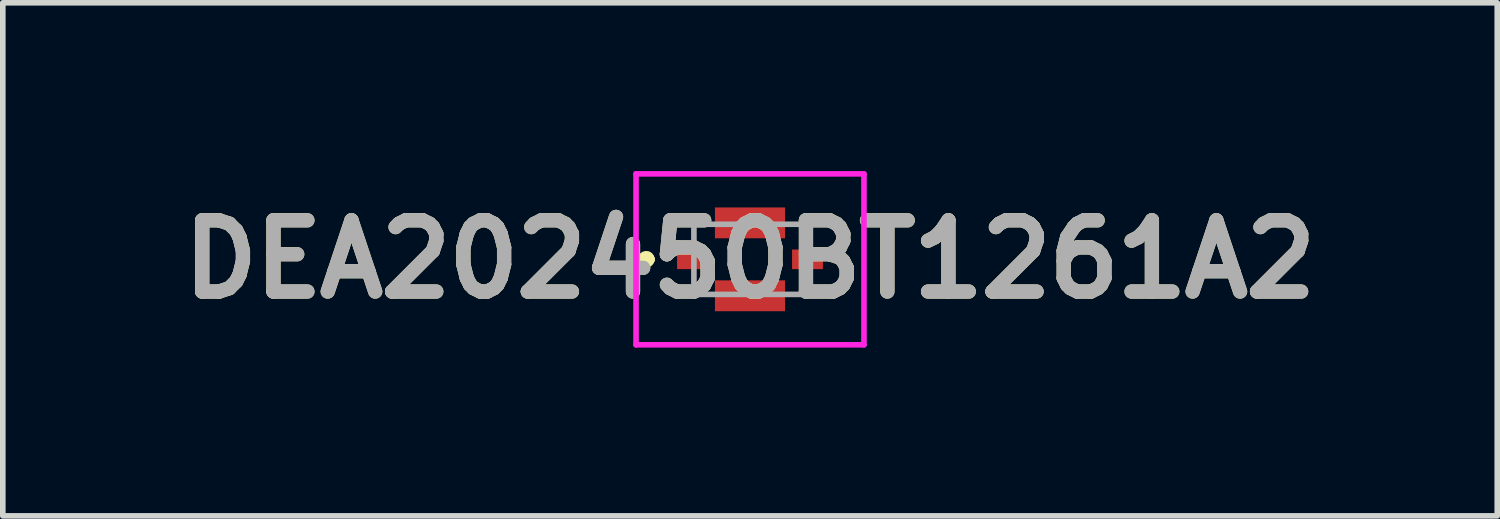
<source format=kicad_pcb>
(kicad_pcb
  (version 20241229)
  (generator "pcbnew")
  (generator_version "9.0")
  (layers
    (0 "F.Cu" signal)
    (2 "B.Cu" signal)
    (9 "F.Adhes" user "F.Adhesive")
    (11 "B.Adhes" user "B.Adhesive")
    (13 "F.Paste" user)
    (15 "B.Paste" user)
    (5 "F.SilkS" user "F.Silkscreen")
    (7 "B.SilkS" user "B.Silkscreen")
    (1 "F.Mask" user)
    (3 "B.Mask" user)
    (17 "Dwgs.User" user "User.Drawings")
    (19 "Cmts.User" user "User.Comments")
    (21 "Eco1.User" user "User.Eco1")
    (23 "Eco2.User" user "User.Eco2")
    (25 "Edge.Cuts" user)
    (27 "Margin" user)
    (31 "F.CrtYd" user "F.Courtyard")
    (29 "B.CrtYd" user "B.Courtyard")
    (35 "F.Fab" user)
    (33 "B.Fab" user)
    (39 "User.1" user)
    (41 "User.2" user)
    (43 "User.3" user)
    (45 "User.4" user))
  (footprint "DEA202450BT1261A2"
    (layer "F.Cu")
    (at 10.323 1.574)
    (property "Reference" "DEA202450BT1261A2" (at 0 0 0) (layer "F.SilkS") (effects (font (size 1.27 1.27) (thickness 0.254))))
    (attr smd)
    (fp_line (start -1.9 0) (end -1.9 0) (stroke (width 0.2) (type solid)) (layer "F.SilkS"))
    (fp_line (start -1.9 0) (end -1.8 0) (stroke (width 0.2) (type solid)) (layer "F.SilkS"))
    (fp_line (start -1.8 0) (end -1.8 0) (stroke (width 0.2) (type solid)) (layer "F.SilkS"))
    (fp_arc (start -1.9 0) (mid -1.85 -0.05) (end -1.8 0) (stroke (width 0.2) (type solid)) (layer "F.SilkS"))
    (fp_arc (start -1.8 0) (mid -1.85 0.05) (end -1.9 0) (stroke (width 0.2) (type solid)) (layer "F.SilkS"))
    (fp_line (start -2.032 -1.524) (end 2.032 -1.524) (stroke (width 0.1) (type solid)) (layer "F.CrtYd"))
    (fp_line (start -2.032 1.524) (end -2.032 -1.524) (stroke (width 0.1) (type solid)) (layer "F.CrtYd"))
    (fp_line (start 2.032 -1.524) (end 2.032 1.524) (stroke (width 0.1) (type solid)) (layer "F.CrtYd"))
    (fp_line (start 2.032 1.524) (end -2.032 1.524) (stroke (width 0.1) (type solid)) (layer "F.CrtYd"))
    (fp_line (start -1 -0.625) (end 1 -0.625) (stroke (width 0.1) (type solid)) (layer "F.Fab"))
    (fp_line (start -1 0.625) (end -1 -0.625) (stroke (width 0.1) (type solid)) (layer "F.Fab"))
    (fp_line (start 1 -0.625) (end 1 0.625) (stroke (width 0.1) (type solid)) (layer "F.Fab"))
    (fp_line (start 1 0.625) (end -1 0.625) (stroke (width 0.1) (type solid)) (layer "F.Fab"))
    (fp_text user "${REFERENCE}" (at 0 0 0) (layer "F.Fab") (effects (font (size 1.27 1.27) (thickness 0.254))))
    (pad "1" smd rect (at -1.025 0 90) (size 0.35 0.55) (layers "F.Cu" "F.Mask" "F.Paste"))
    (pad "2" smd rect (at 0 0.65 90) (size 0.55 1.25) (layers "F.Cu" "F.Mask" "F.Paste"))
    (pad "3" smd rect (at 1.025 0 90) (size 0.35 0.55) (layers "F.Cu" "F.Mask" "F.Paste"))
    (pad "4" smd rect (at 0 -0.65 90) (size 0.55 1.25) (layers "F.Cu" "F.Mask" "F.Paste")))
  (gr_rect
    (start -3 -3)
    (end 23.647 6.148)
    (stroke (width 0.1) (type default))
    (fill no)
    (layer "Edge.Cuts")))
</source>
